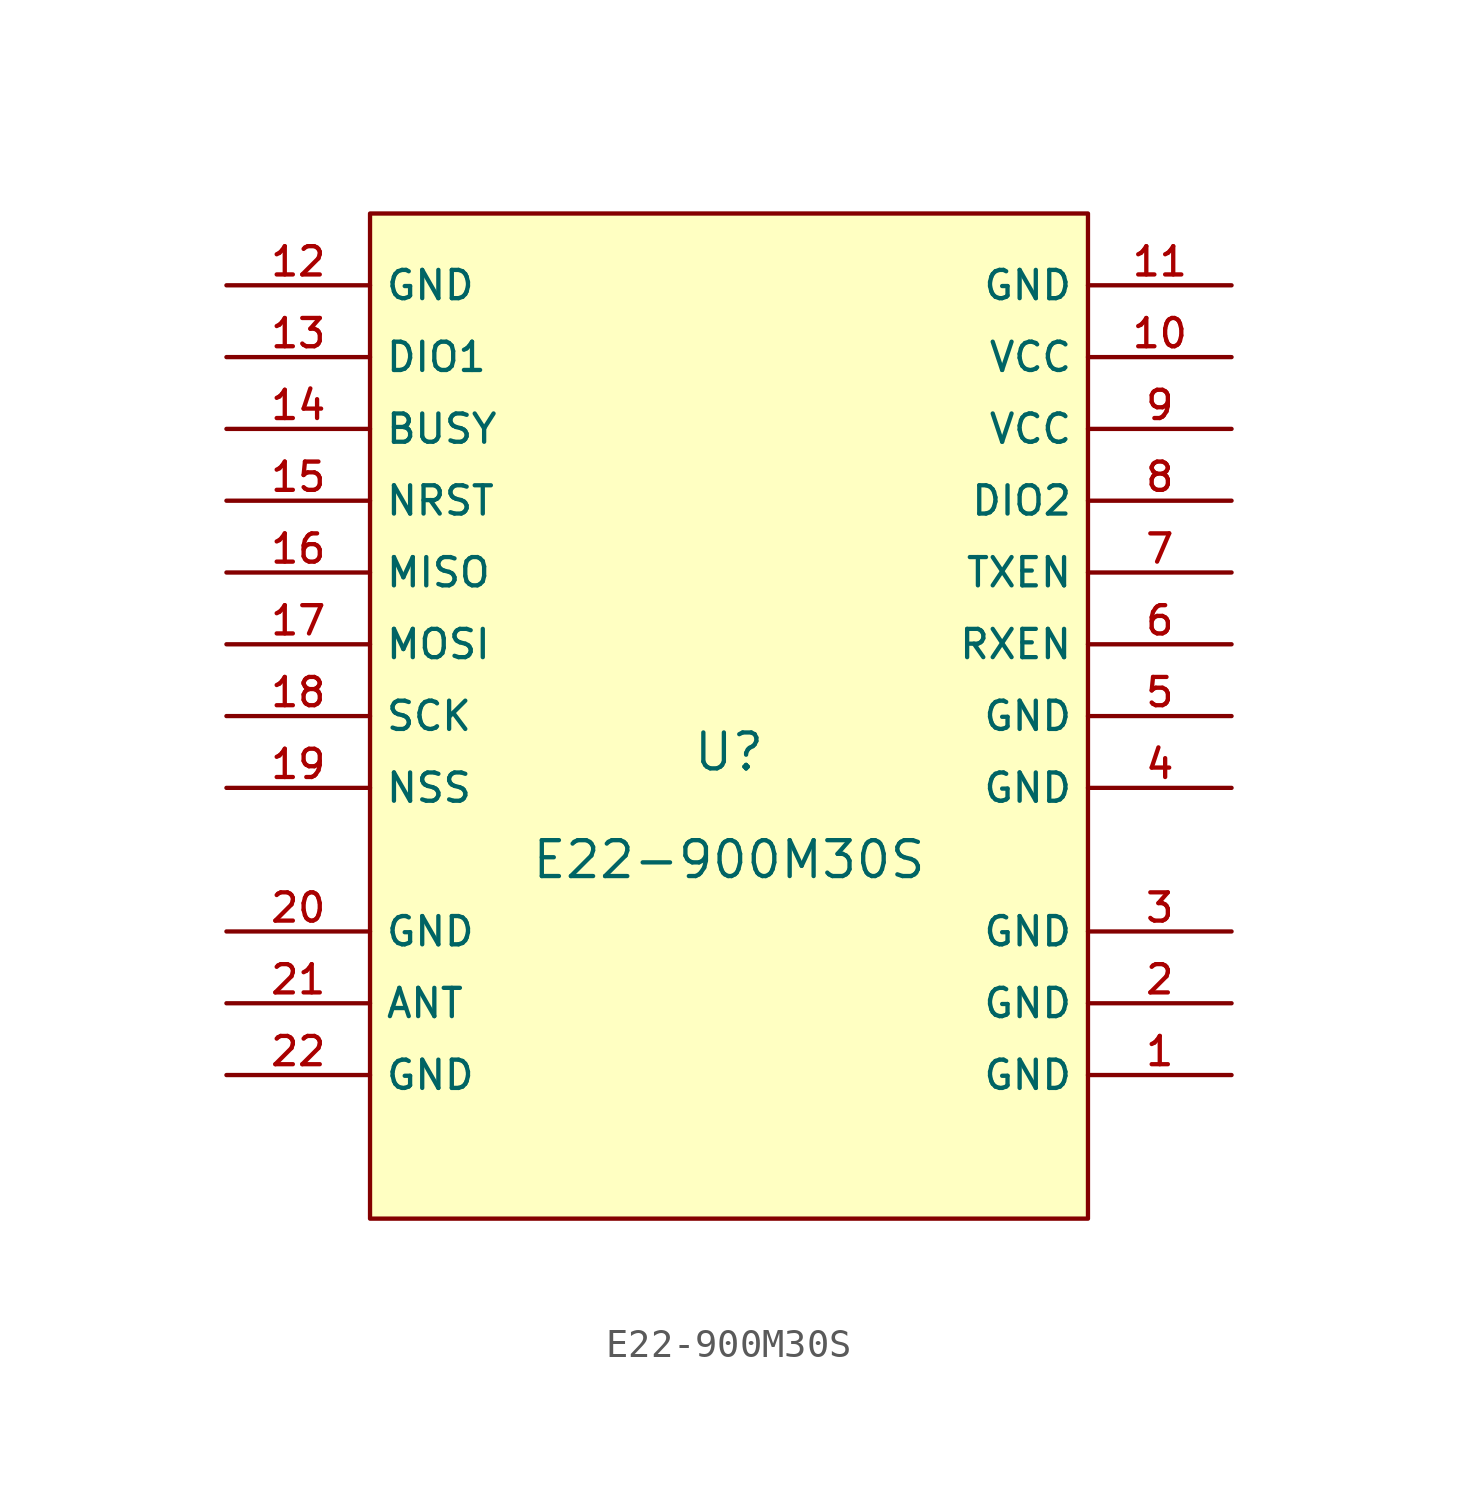
<source format=kicad_sym>
(kicad_symbol_lib
  (version 20210201)
  (generator TousstNicolas/JLC2KiCad_lib)
  (symbol "E22-900M30S"
    (property "Reference" "U"
      (at 0 1.27 0)
      (effects (font (size 1.27 1.27))))
    (property "Value" "E22-900M30S"
      (at 0 -2.54 0)
      (effects (font (size 1.27 1.27))))
    (symbol "E22-900M30S_0_1"
      (rectangle (start -12.7 20.32) (end 12.7 -15.24) (stroke (width 0) (type default) (color 0 0 0 0)) (fill (type background)))
      (pin unspecified line (at 17.78 -10.16 180) (length 5.08) (name "GND" (effects (font (size 1 1)))) (number "1" (effects (font (size 1 1)))))
      (pin unspecified line (at 17.78 -7.62 180) (length 5.08) (name "GND" (effects (font (size 1 1)))) (number "2" (effects (font (size 1 1)))))
      (pin unspecified line (at 17.78 -5.08 180) (length 5.08) (name "GND" (effects (font (size 1 1)))) (number "3" (effects (font (size 1 1)))))
      (pin unspecified line (at 17.78 -0.0 180) (length 5.08) (name "GND" (effects (font (size 1 1)))) (number "4" (effects (font (size 1 1)))))
      (pin unspecified line (at 17.78 2.54 180) (length 5.08) (name "GND" (effects (font (size 1 1)))) (number "5" (effects (font (size 1 1)))))
      (pin unspecified line (at 17.78 5.08 180) (length 5.08) (name "RXEN" (effects (font (size 1 1)))) (number "6" (effects (font (size 1 1)))))
      (pin unspecified line (at 17.78 7.62 180) (length 5.08) (name "TXEN" (effects (font (size 1 1)))) (number "7" (effects (font (size 1 1)))))
      (pin unspecified line (at 17.78 10.16 180) (length 5.08) (name "DIO2" (effects (font (size 1 1)))) (number "8" (effects (font (size 1 1)))))
      (pin unspecified line (at 17.78 12.7 180) (length 5.08) (name "VCC" (effects (font (size 1 1)))) (number "9" (effects (font (size 1 1)))))
      (pin unspecified line (at 17.78 15.24 180) (length 5.08) (name "VCC" (effects (font (size 1 1)))) (number "10" (effects (font (size 1 1)))))
      (pin unspecified line (at 17.78 17.78 180) (length 5.08) (name "GND" (effects (font (size 1 1)))) (number "11" (effects (font (size 1 1)))))
      (pin unspecified line (at -17.78 17.78 0) (length 5.08) (name "GND" (effects (font (size 1 1)))) (number "12" (effects (font (size 1 1)))))
      (pin unspecified line (at -17.78 15.24 0) (length 5.08) (name "DIO1" (effects (font (size 1 1)))) (number "13" (effects (font (size 1 1)))))
      (pin unspecified line (at -17.78 12.7 0) (length 5.08) (name "BUSY" (effects (font (size 1 1)))) (number "14" (effects (font (size 1 1)))))
      (pin unspecified line (at -17.78 10.16 0) (length 5.08) (name "NRST" (effects (font (size 1 1)))) (number "15" (effects (font (size 1 1)))))
      (pin unspecified line (at -17.78 7.62 0) (length 5.08) (name "MISO" (effects (font (size 1 1)))) (number "16" (effects (font (size 1 1)))))
      (pin unspecified line (at -17.78 5.08 0) (length 5.08) (name "MOSI" (effects (font (size 1 1)))) (number "17" (effects (font (size 1 1)))))
      (pin unspecified line (at -17.78 2.54 0) (length 5.08) (name "SCK" (effects (font (size 1 1)))) (number "18" (effects (font (size 1 1)))))
      (pin unspecified line (at -17.78 -0.0 0) (length 5.08) (name "NSS" (effects (font (size 1 1)))) (number "19" (effects (font (size 1 1)))))
      (pin unspecified line (at -17.78 -5.08 0) (length 5.08) (name "GND" (effects (font (size 1 1)))) (number "20" (effects (font (size 1 1)))))
      (pin unspecified line (at -17.78 -7.62 0) (length 5.08) (name "ANT" (effects (font (size 1 1)))) (number "21" (effects (font (size 1 1)))))
      (pin unspecified line (at -17.78 -10.16 0) (length 5.08) (name "GND" (effects (font (size 1 1)))) (number "22" (effects (font (size 1 1))))))))
</source>
